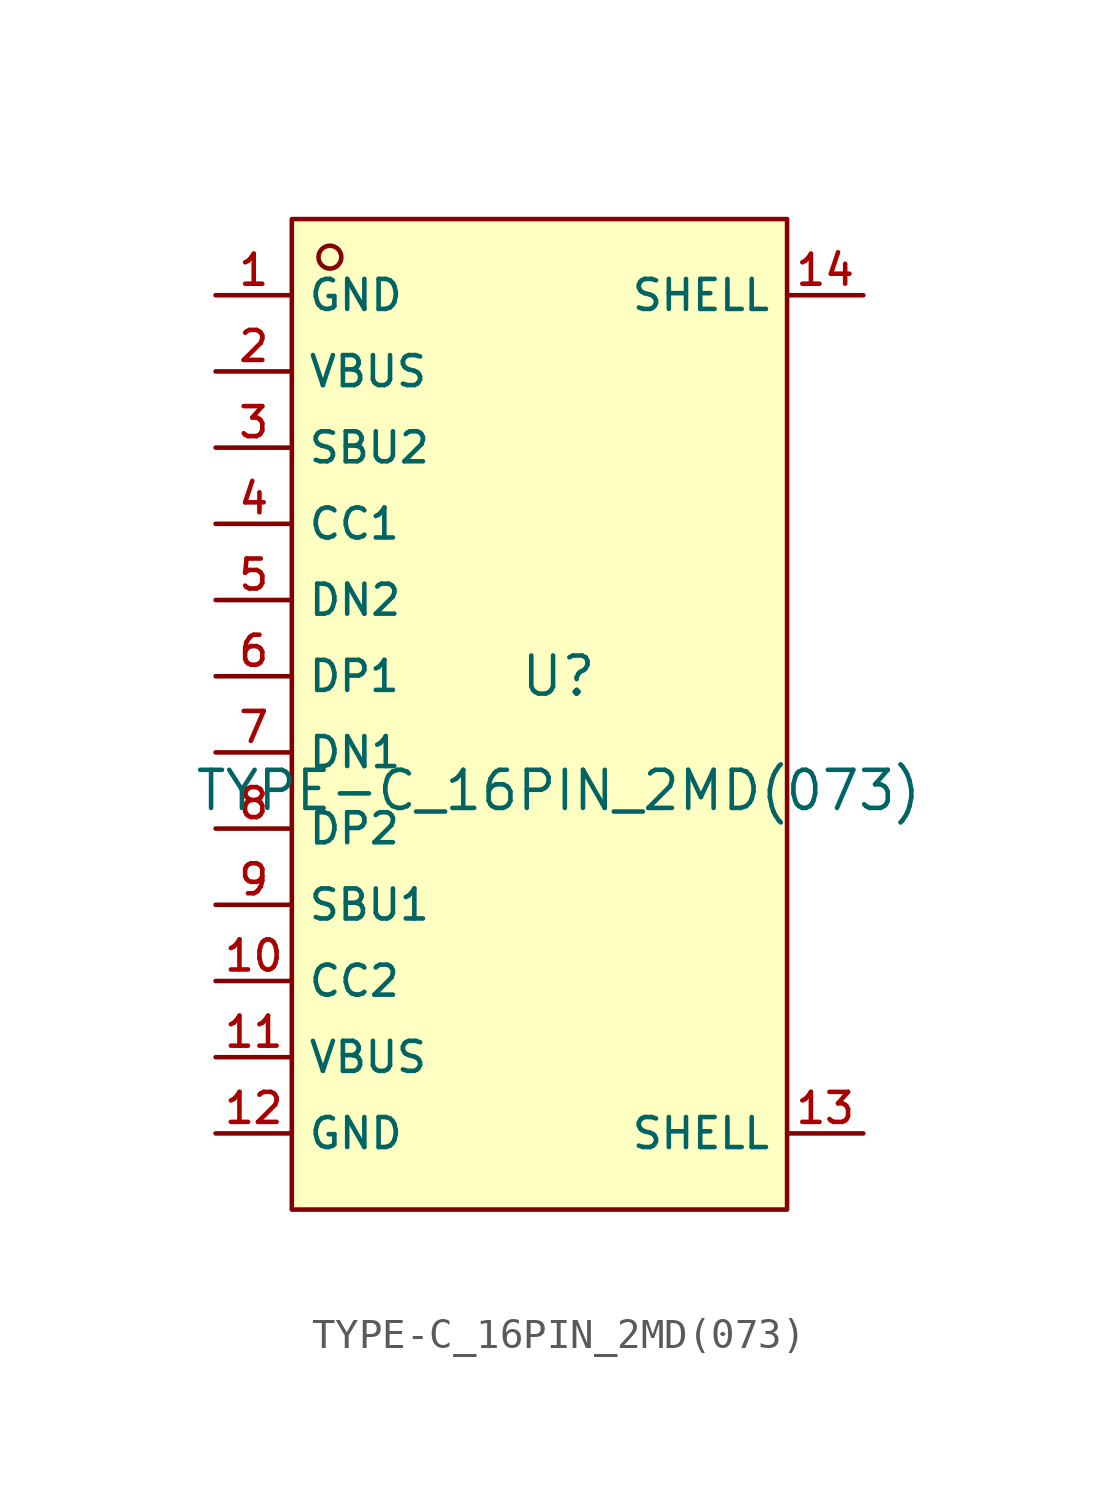
<source format=kicad_sym>
(kicad_symbol_lib
  (version 20210201)
  (generator TousstNicolas/JLC2KiCad_lib)
  (symbol "TYPE-C_16PIN_2MD(073)"
    (property "Reference" "U"
      (at 0 1.27 0)
      (effects (font (size 1.27 1.27))))
    (property "Value" "TYPE-C_16PIN_2MD(073)"
      (at 0 -2.54 0)
      (effects (font (size 1.27 1.27))))
    (symbol "TYPE-C_16PIN_2MD(073)_0_1"
      (rectangle (start -8.89 16.51) (end 7.62 -16.51) (stroke (width 0) (type default) (color 0 0 0 0)) (fill (type background)))
      (circle (center -7.62 15.24) (radius 0.381) (stroke (width 0) (type default) (color 0 0 0 0)) (fill (type background)))
      (pin unspecified line (at -11.43 13.97 0) (length 2.54) (name "GND" (effects (font (size 1 1)))) (number "1" (effects (font (size 1 1)))))
      (pin unspecified line (at -11.43 11.43 0) (length 2.54) (name "VBUS" (effects (font (size 1 1)))) (number "2" (effects (font (size 1 1)))))
      (pin unspecified line (at -11.43 8.89 0) (length 2.54) (name "SBU2" (effects (font (size 1 1)))) (number "3" (effects (font (size 1 1)))))
      (pin unspecified line (at -11.43 6.35 0) (length 2.54) (name "CC1" (effects (font (size 1 1)))) (number "4" (effects (font (size 1 1)))))
      (pin unspecified line (at -11.43 3.81 0) (length 2.54) (name "DN2" (effects (font (size 1 1)))) (number "5" (effects (font (size 1 1)))))
      (pin unspecified line (at -11.43 1.27 0) (length 2.54) (name "DP1" (effects (font (size 1 1)))) (number "6" (effects (font (size 1 1)))))
      (pin unspecified line (at -11.43 -1.27 0) (length 2.54) (name "DN1" (effects (font (size 1 1)))) (number "7" (effects (font (size 1 1)))))
      (pin unspecified line (at -11.43 -3.81 0) (length 2.54) (name "DP2" (effects (font (size 1 1)))) (number "8" (effects (font (size 1 1)))))
      (pin unspecified line (at -11.43 -6.35 0) (length 2.54) (name "SBU1" (effects (font (size 1 1)))) (number "9" (effects (font (size 1 1)))))
      (pin unspecified line (at -11.43 -8.89 0) (length 2.54) (name "CC2" (effects (font (size 1 1)))) (number "10" (effects (font (size 1 1)))))
      (pin unspecified line (at -11.43 -11.43 0) (length 2.54) (name "VBUS" (effects (font (size 1 1)))) (number "11" (effects (font (size 1 1)))))
      (pin unspecified line (at -11.43 -13.97 0) (length 2.54) (name "GND" (effects (font (size 1 1)))) (number "12" (effects (font (size 1 1)))))
      (pin unspecified line (at 10.16 -13.97 180) (length 2.54) (name "SHELL" (effects (font (size 1 1)))) (number "13" (effects (font (size 1 1)))))
      (pin unspecified line (at 10.16 13.97 180) (length 2.54) (name "SHELL" (effects (font (size 1 1)))) (number "14" (effects (font (size 1 1))))))))
</source>
